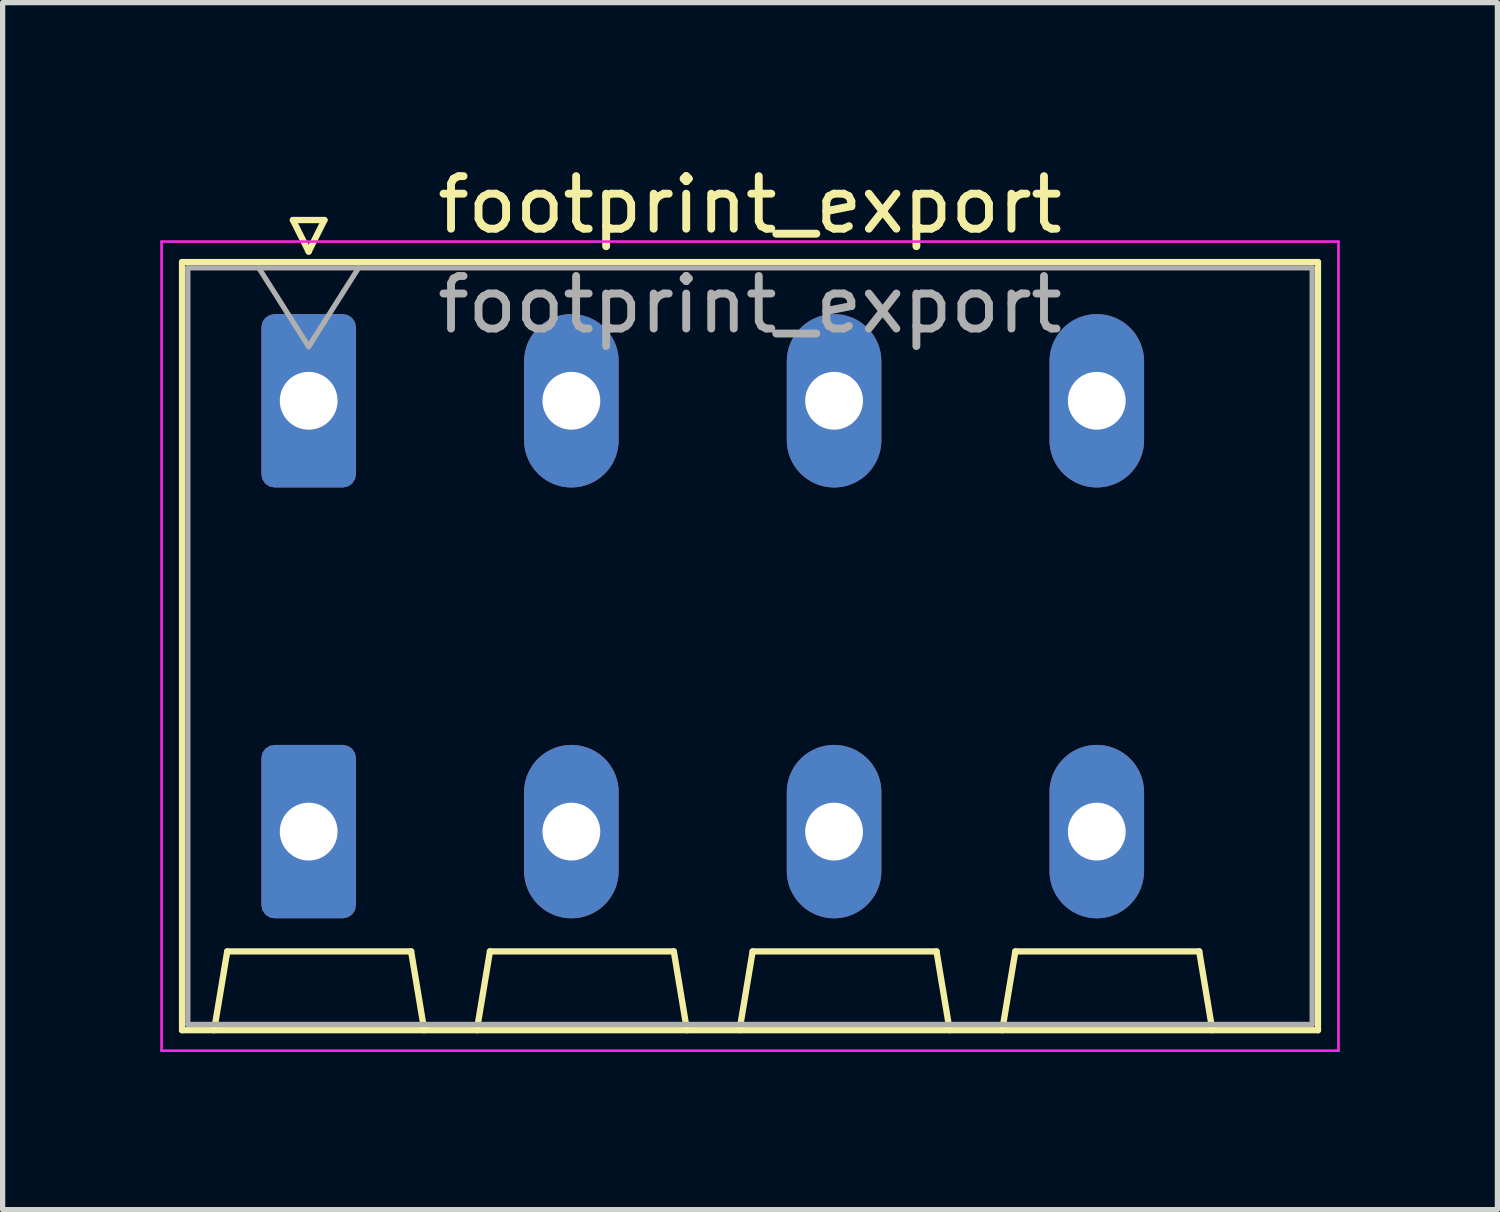
<source format=kicad_pcb>
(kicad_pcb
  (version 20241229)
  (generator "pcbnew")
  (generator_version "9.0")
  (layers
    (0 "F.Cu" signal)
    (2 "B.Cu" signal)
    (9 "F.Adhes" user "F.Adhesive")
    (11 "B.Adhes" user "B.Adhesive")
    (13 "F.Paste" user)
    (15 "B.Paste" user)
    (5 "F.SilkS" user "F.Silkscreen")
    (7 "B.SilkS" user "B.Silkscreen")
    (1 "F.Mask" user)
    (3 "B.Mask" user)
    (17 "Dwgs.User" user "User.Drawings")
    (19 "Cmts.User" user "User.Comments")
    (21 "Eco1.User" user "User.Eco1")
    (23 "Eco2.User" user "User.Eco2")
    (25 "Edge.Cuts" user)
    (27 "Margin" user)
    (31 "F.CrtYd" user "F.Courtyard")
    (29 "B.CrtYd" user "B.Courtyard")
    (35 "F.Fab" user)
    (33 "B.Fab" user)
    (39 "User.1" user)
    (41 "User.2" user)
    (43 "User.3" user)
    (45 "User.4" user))
  (footprint "footprint_export"
    (layer "F.Cu")
    (at 2.825 4.578)
    (property "Reference" "footprint_export" (at 8.4 -3.73 0) (layer "F.SilkS") (effects (font (size 1 1) (thickness 0.15))))
    (attr through_hole)
    (fp_line (start -2.41 -2.64) (end 19.21 -2.64) (stroke (width 0.12) (type solid)) (layer "F.SilkS"))
    (fp_line (start -2.41 11.98) (end -2.41 -2.64) (stroke (width 0.12) (type solid)) (layer "F.SilkS"))
    (fp_line (start -1.8 11.98) (end -1.55 10.48) (stroke (width 0.12) (type solid)) (layer "F.SilkS"))
    (fp_line (start -1.55 10.48) (end 1.95 10.48) (stroke (width 0.12) (type solid)) (layer "F.SilkS"))
    (fp_line (start -0.3 -3.44) (end 0 -2.84) (stroke (width 0.12) (type solid)) (layer "F.SilkS"))
    (fp_line (start -0.3 -3.44) (end 0.3 -3.44) (stroke (width 0.12) (type solid)) (layer "F.SilkS"))
    (fp_line (start 0.3 -3.44) (end 0 -2.84) (stroke (width 0.12) (type solid)) (layer "F.SilkS"))
    (fp_line (start 2.2 11.98) (end 1.95 10.48) (stroke (width 0.12) (type solid)) (layer "F.SilkS"))
    (fp_line (start 3.2 11.98) (end 3.45 10.48) (stroke (width 0.12) (type solid)) (layer "F.SilkS"))
    (fp_line (start 3.45 10.48) (end 6.95 10.48) (stroke (width 0.12) (type solid)) (layer "F.SilkS"))
    (fp_line (start 7.2 11.98) (end 6.95 10.48) (stroke (width 0.12) (type solid)) (layer "F.SilkS"))
    (fp_line (start 8.2 11.98) (end 8.45 10.48) (stroke (width 0.12) (type solid)) (layer "F.SilkS"))
    (fp_line (start 8.45 10.48) (end 11.95 10.48) (stroke (width 0.12) (type solid)) (layer "F.SilkS"))
    (fp_line (start 12.2 11.98) (end 11.95 10.48) (stroke (width 0.12) (type solid)) (layer "F.SilkS"))
    (fp_line (start 13.2 11.98) (end 13.45 10.48) (stroke (width 0.12) (type solid)) (layer "F.SilkS"))
    (fp_line (start 13.45 10.48) (end 16.95 10.48) (stroke (width 0.12) (type solid)) (layer "F.SilkS"))
    (fp_line (start 17.2 11.98) (end 16.95 10.48) (stroke (width 0.12) (type solid)) (layer "F.SilkS"))
    (fp_line (start 19.21 -2.64) (end 19.21 11.98) (stroke (width 0.12) (type solid)) (layer "F.SilkS"))
    (fp_line (start 19.21 11.98) (end -2.41 11.98) (stroke (width 0.12) (type solid)) (layer "F.SilkS"))
    (fp_line (start -2.8 -3.03) (end -2.8 12.37) (stroke (width 0.05) (type solid)) (layer "F.CrtYd"))
    (fp_line (start -2.8 12.37) (end 19.6 12.37) (stroke (width 0.05) (type solid)) (layer "F.CrtYd"))
    (fp_line (start 19.6 -3.03) (end -2.8 -3.03) (stroke (width 0.05) (type solid)) (layer "F.CrtYd"))
    (fp_line (start 19.6 12.37) (end 19.6 -3.03) (stroke (width 0.05) (type solid)) (layer "F.CrtYd"))
    (fp_line (start -2.3 -2.53) (end -2.3 11.87) (stroke (width 0.1) (type solid)) (layer "F.Fab"))
    (fp_line (start -2.3 11.87) (end 19.1 11.87) (stroke (width 0.1) (type solid)) (layer "F.Fab"))
    (fp_line (start -0.95 -2.53) (end 0 -1.03) (stroke (width 0.1) (type solid)) (layer "F.Fab"))
    (fp_line (start 0.95 -2.53) (end 0 -1.03) (stroke (width 0.1) (type solid)) (layer "F.Fab"))
    (fp_line (start 19.1 -2.53) (end -2.3 -2.53) (stroke (width 0.1) (type solid)) (layer "F.Fab"))
    (fp_line (start 19.1 11.87) (end 19.1 -2.53) (stroke (width 0.1) (type solid)) (layer "F.Fab"))
    (fp_text user "${REFERENCE}" (at 8.4 -1.83 0) (layer "F.Fab") (effects (font (size 1 1) (thickness 0.15))))
    (pad "1" thru_hole roundrect (at 0 0) (size 1.8 3.3) (drill 1.1) (layers "*.Cu" "*.Mask") (roundrect_rratio 0.139))
    (pad "1" thru_hole roundrect (at 0 8.2) (size 1.8 3.3) (drill 1.1) (layers "*.Cu" "*.Mask") (roundrect_rratio 0.139))
    (pad "2" thru_hole oval (at 5 0) (size 1.8 3.3) (drill 1.1) (layers "*.Cu" "*.Mask"))
    (pad "2" thru_hole oval (at 5 8.2) (size 1.8 3.3) (drill 1.1) (layers "*.Cu" "*.Mask"))
    (pad "3" thru_hole oval (at 10 0) (size 1.8 3.3) (drill 1.1) (layers "*.Cu" "*.Mask"))
    (pad "3" thru_hole oval (at 10 8.2) (size 1.8 3.3) (drill 1.1) (layers "*.Cu" "*.Mask"))
    (pad "4" thru_hole oval (at 15 0) (size 1.8 3.3) (drill 1.1) (layers "*.Cu" "*.Mask"))
    (pad "4" thru_hole oval (at 15 8.2) (size 1.8 3.3) (drill 1.1) (layers "*.Cu" "*.Mask")))
  (gr_rect
    (start -3 -3)
    (end 25.45 19.973)
    (stroke (width 0.1) (type default))
    (fill no)
    (layer "Edge.Cuts")))
</source>
